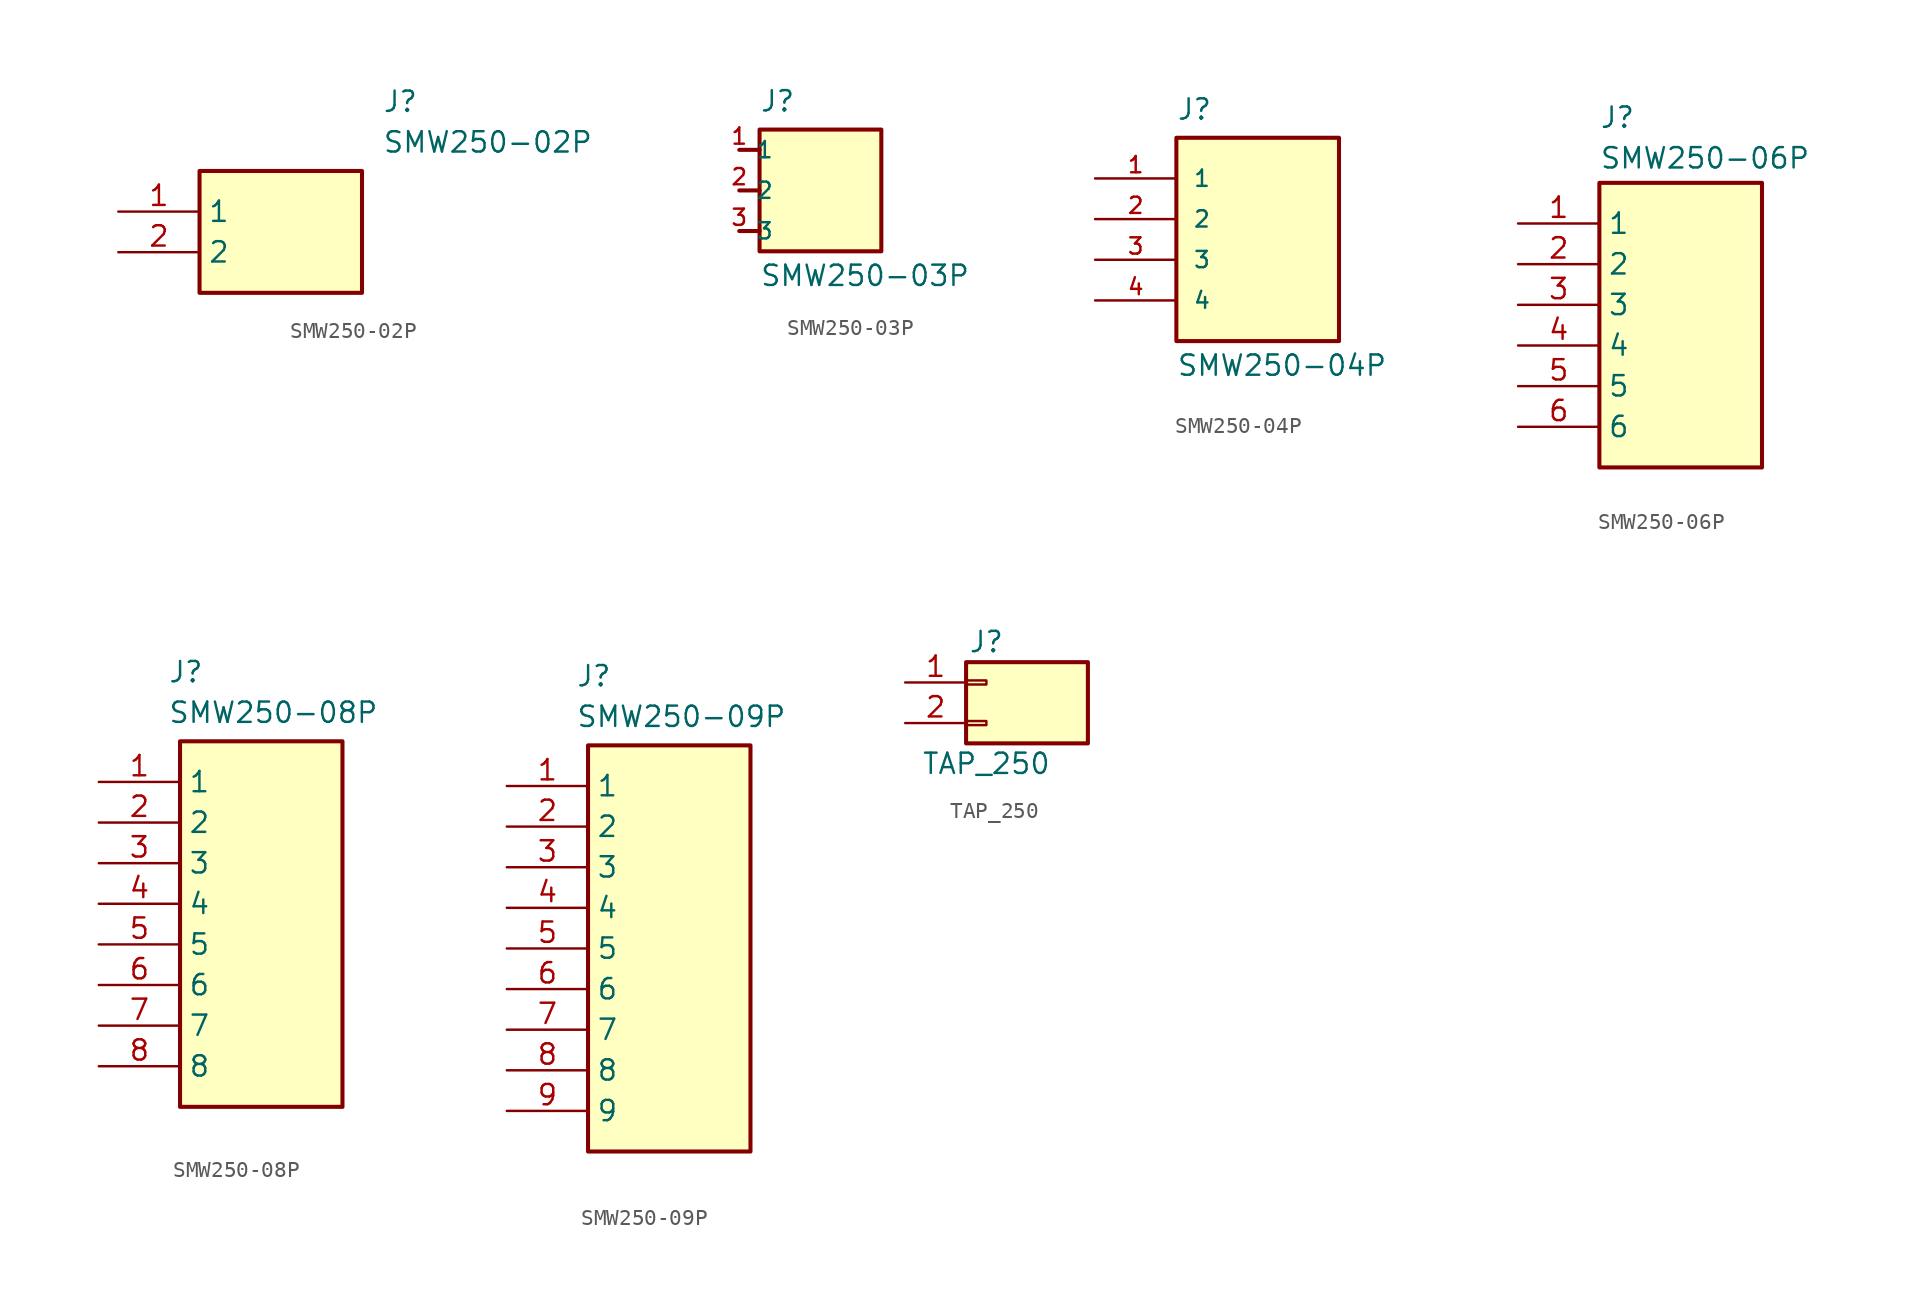
<source format=kicad_sym>
(kicad_symbol_lib
  (version 20241209)
  (generator "kicad_symbol_editor")
  (generator_version "9.0")
  (symbol "SMW250-02P"
    (property "Reference" "J"
      (at 16.51 7.62 0)
      (effects (font (size 1.27 1.27)) (justify left top)))
    (property "Value" "SMW250-02P"
      (at 16.51 5.08 0)
      (effects (font (size 1.27 1.27)) (justify left top)))
    (symbol "SMW250-02P_1_1"
      (rectangle (start 5.08 2.54) (end 15.24 -5.08) (stroke (width 0.254) (type default)) (fill (type background)))
      (pin passive line (at 0 0 0) (length 5.08) (name "1" (effects (font (size 1.27 1.27)))) (number "1" (effects (font (size 1.27 1.27)))))
      (pin passive line (at 0 -2.54 0) (length 5.08) (name "2" (effects (font (size 1.27 1.27)))) (number "2" (effects (font (size 1.27 1.27)))))))
  (symbol "SMW250-03P"
    (pin_names
      (offset 1.016))
    (property "Reference" "J"
      (at -1.27 5.588 0)
      (effects (font (size 1.27 1.27)) (justify left)))
    (property "Value" "SMW250-03P"
      (at -1.27 -5.334 0)
      (effects (font (size 1.27 1.27)) (justify left)))
    (symbol "SMW250-03P_0_0"
      (rectangle (start -1.27 3.81) (end 6.35 -3.81) (stroke (width 0.254) (type default)) (fill (type background)))
      (polyline (pts (xy -1.27 2.54) (xy -2.54 2.54)) (stroke (width 0.254) (type default)) (fill (type none)))
      (polyline (pts (xy -1.27 0) (xy -2.54 0)) (stroke (width 0.254) (type default)) (fill (type none)))
      (polyline (pts (xy -1.27 -2.54) (xy -2.54 -2.54)) (stroke (width 0.254) (type default)) (fill (type none)))
      (pin bidirectional line (at -2.54 2.54 0) (length 0) (name "1" (effects (font (size 1.016 1.016)))) (number "1" (effects (font (size 1.016 1.016)))))
      (pin bidirectional line (at -2.54 0 0) (length 0) (name "2" (effects (font (size 1.016 1.016)))) (number "2" (effects (font (size 1.016 1.016)))))
      (pin bidirectional line (at -2.54 -2.54 0) (length 0) (name "3" (effects (font (size 1.016 1.016)))) (number "3" (effects (font (size 1.016 1.016)))))))
  (symbol "SMW250-04P"
    (pin_names
      (offset 1.016))
    (property "Reference" "J"
      (at -5.08 6.858 0)
      (effects (font (size 1.27 1.27)) (justify left)))
    (property "Value" "SMW250-04P"
      (at -5.08 -9.144 0)
      (effects (font (size 1.27 1.27)) (justify left)))
    (symbol "SMW250-04P_0_0"
      (rectangle (start -5.08 5.08) (end 5.08 -7.62) (stroke (width 0.254) (type default)) (fill (type background)))
      (pin bidirectional line (at -10.16 2.54 0) (length 5.08) (name "1" (effects (font (size 1.016 1.016)))) (number "1" (effects (font (size 1.016 1.016)))))
      (pin bidirectional line (at -10.16 0 0) (length 5.08) (name "2" (effects (font (size 1.016 1.016)))) (number "2" (effects (font (size 1.016 1.016)))))
      (pin bidirectional line (at -10.16 -2.54 0) (length 5.08) (name "3" (effects (font (size 1.016 1.016)))) (number "3" (effects (font (size 1.016 1.016)))))
      (pin bidirectional line (at -10.16 -5.08 0) (length 5.08) (name "4" (effects (font (size 1.016 1.016)))) (number "4" (effects (font (size 1.016 1.016)))))))
  (symbol "SMW250-06P"
    (property "Reference" "J"
      (at 5.08 7.366 0)
      (effects (font (size 1.27 1.27)) (justify left top)))
    (property "Value" "SMW250-06P"
      (at 5.08 4.826 0)
      (effects (font (size 1.27 1.27)) (justify left top)))
    (symbol "SMW250-06P_1_1"
      (rectangle (start 5.08 2.54) (end 15.24 -15.24) (stroke (width 0.254) (type default)) (fill (type background)))
      (pin passive line (at 0 0 0) (length 5.08) (name "1" (effects (font (size 1.27 1.27)))) (number "1" (effects (font (size 1.27 1.27)))))
      (pin passive line (at 0 -2.54 0) (length 5.08) (name "2" (effects (font (size 1.27 1.27)))) (number "2" (effects (font (size 1.27 1.27)))))
      (pin passive line (at 0 -5.08 0) (length 5.08) (name "3" (effects (font (size 1.27 1.27)))) (number "3" (effects (font (size 1.27 1.27)))))
      (pin passive line (at 0 -7.62 0) (length 5.08) (name "4" (effects (font (size 1.27 1.27)))) (number "4" (effects (font (size 1.27 1.27)))))
      (pin passive line (at 0 -10.16 0) (length 5.08) (name "5" (effects (font (size 1.27 1.27)))) (number "5" (effects (font (size 1.27 1.27)))))
      (pin passive line (at 0 -12.7 0) (length 5.08) (name "6" (effects (font (size 1.27 1.27)))) (number "6" (effects (font (size 1.27 1.27)))))))
  (symbol "SMW250-08P"
    (property "Reference" "J"
      (at 4.318 7.62 0)
      (effects (font (size 1.27 1.27)) (justify left top)))
    (property "Value" "SMW250-08P"
      (at 4.318 5.08 0)
      (effects (font (size 1.27 1.27)) (justify left top)))
    (symbol "SMW250-08P_1_1"
      (rectangle (start 5.08 2.54) (end 15.24 -20.32) (stroke (width 0.254) (type default)) (fill (type background)))
      (pin passive line (at 0 0 0) (length 5.08) (name "1" (effects (font (size 1.27 1.27)))) (number "1" (effects (font (size 1.27 1.27)))))
      (pin passive line (at 0 -2.54 0) (length 5.08) (name "2" (effects (font (size 1.27 1.27)))) (number "2" (effects (font (size 1.27 1.27)))))
      (pin passive line (at 0 -5.08 0) (length 5.08) (name "3" (effects (font (size 1.27 1.27)))) (number "3" (effects (font (size 1.27 1.27)))))
      (pin passive line (at 0 -7.62 0) (length 5.08) (name "4" (effects (font (size 1.27 1.27)))) (number "4" (effects (font (size 1.27 1.27)))))
      (pin passive line (at 0 -10.16 0) (length 5.08) (name "5" (effects (font (size 1.27 1.27)))) (number "5" (effects (font (size 1.27 1.27)))))
      (pin passive line (at 0 -12.7 0) (length 5.08) (name "6" (effects (font (size 1.27 1.27)))) (number "6" (effects (font (size 1.27 1.27)))))
      (pin passive line (at 0 -15.24 0) (length 5.08) (name "7" (effects (font (size 1.27 1.27)))) (number "7" (effects (font (size 1.27 1.27)))))
      (pin passive line (at 0 -17.78 0) (length 5.08) (name "8" (effects (font (size 1.27 1.27)))) (number "8" (effects (font (size 1.27 1.27)))))))
  (symbol "SMW250-09P"
    (property "Reference" "J"
      (at 4.318 7.62 0)
      (effects (font (size 1.27 1.27)) (justify left top)))
    (property "Value" "SMW250-09P"
      (at 4.318 5.08 0)
      (effects (font (size 1.27 1.27)) (justify left top)))
    (symbol "SMW250-09P_1_1"
      (rectangle (start 5.08 2.54) (end 15.24 -22.86) (stroke (width 0.254) (type default)) (fill (type background)))
      (pin passive line (at 0 0 0) (length 5.08) (name "1" (effects (font (size 1.27 1.27)))) (number "1" (effects (font (size 1.27 1.27)))))
      (pin passive line (at 0 -2.54 0) (length 5.08) (name "2" (effects (font (size 1.27 1.27)))) (number "2" (effects (font (size 1.27 1.27)))))
      (pin passive line (at 0 -5.08 0) (length 5.08) (name "3" (effects (font (size 1.27 1.27)))) (number "3" (effects (font (size 1.27 1.27)))))
      (pin passive line (at 0 -7.62 0) (length 5.08) (name "4" (effects (font (size 1.27 1.27)))) (number "4" (effects (font (size 1.27 1.27)))))
      (pin passive line (at 0 -10.16 0) (length 5.08) (name "5" (effects (font (size 1.27 1.27)))) (number "5" (effects (font (size 1.27 1.27)))))
      (pin passive line (at 0 -12.7 0) (length 5.08) (name "6" (effects (font (size 1.27 1.27)))) (number "6" (effects (font (size 1.27 1.27)))))
      (pin passive line (at 0 -15.24 0) (length 5.08) (name "7" (effects (font (size 1.27 1.27)))) (number "7" (effects (font (size 1.27 1.27)))))
      (pin passive line (at 0 -17.78 0) (length 5.08) (name "8" (effects (font (size 1.27 1.27)))) (number "8" (effects (font (size 1.27 1.27)))))
      (pin passive line (at 0 -20.32 0) (length 5.08) (name "9" (effects (font (size 1.27 1.27)))) (number "9" (effects (font (size 1.27 1.27)))))))
  (symbol "TAP_250"
    (pin_names
      (offset 1.016)
      (hide yes))
    (property "Reference" "J"
      (at 0 2.54 0)
      (effects (font (size 1.27 1.27))))
    (property "Value" "TAP_250"
      (at 0 -5.08 0)
      (effects (font (size 1.27 1.27))))
    (symbol "TAP_250_1_1"
      (rectangle (start -1.27 1.27) (end 6.35 -3.81) (stroke (width 0.254) (type default)) (fill (type background)))
      (rectangle (start -1.27 0.127) (end 0 -0.127) (stroke (width 0.152) (type default)) (fill (type none)))
      (rectangle (start -1.27 -2.413) (end 0 -2.667) (stroke (width 0.152) (type default)) (fill (type none)))
      (pin passive line (at -5.08 0 0) (length 3.81) (name "Pin_1" (effects (font (size 1.27 1.27)))) (number "1" (effects (font (size 1.27 1.27)))))
      (pin passive line (at -5.08 -2.54 0) (length 3.81) (name "Pin_2" (effects (font (size 1.27 1.27)))) (number "2" (effects (font (size 1.27 1.27))))))))
</source>
